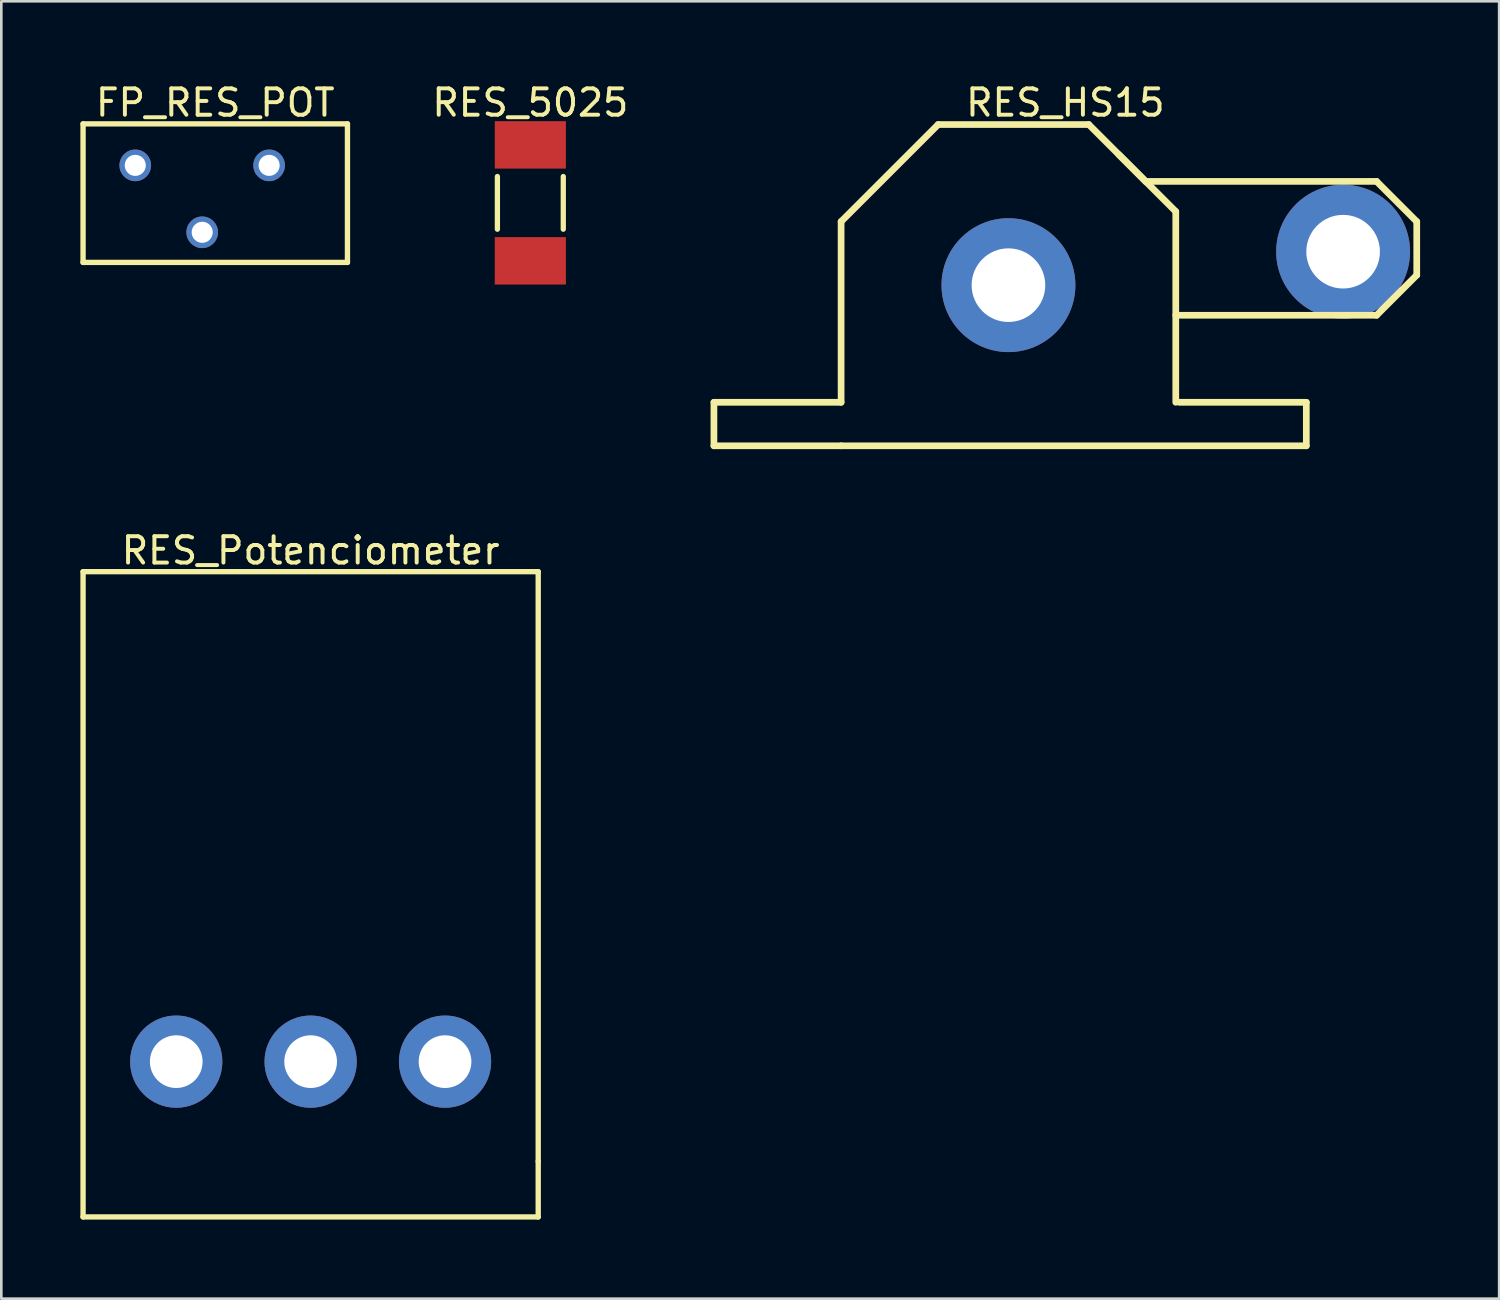
<source format=kicad_pcb>
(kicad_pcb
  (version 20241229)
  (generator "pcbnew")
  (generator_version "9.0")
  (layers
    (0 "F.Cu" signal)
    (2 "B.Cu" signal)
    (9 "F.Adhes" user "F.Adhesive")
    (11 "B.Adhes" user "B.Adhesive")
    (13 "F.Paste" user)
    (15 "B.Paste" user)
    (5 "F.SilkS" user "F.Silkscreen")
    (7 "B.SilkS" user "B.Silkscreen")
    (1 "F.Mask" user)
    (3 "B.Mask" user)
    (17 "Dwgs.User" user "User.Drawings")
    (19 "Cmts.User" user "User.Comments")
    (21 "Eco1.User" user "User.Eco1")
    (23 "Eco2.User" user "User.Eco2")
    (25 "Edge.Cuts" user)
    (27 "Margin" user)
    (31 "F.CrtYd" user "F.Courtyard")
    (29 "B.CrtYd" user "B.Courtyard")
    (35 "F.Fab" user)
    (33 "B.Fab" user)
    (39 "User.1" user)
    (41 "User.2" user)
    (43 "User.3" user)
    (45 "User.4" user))
  (footprint "FP_RES_POT"
    (layer "F.Cu")
    (at 4.623 4.495)
    (property "Reference" "FP_RES_POT" (at 0.495 -3.646 0) (layer "F.SilkS") (effects (font (size 1 1) (thickness 0.15))))
    (fp_line (start -4.521 -2.845) (end 5.512 -2.845) (stroke (width 0.203) (type solid)) (layer "F.SilkS"))
    (fp_line (start -4.521 2.413) (end -4.521 -2.845) (stroke (width 0.203) (type solid)) (layer "F.SilkS"))
    (fp_line (start -4.521 2.413) (end 5.512 2.413) (stroke (width 0.203) (type solid)) (layer "F.SilkS"))
    (fp_line (start 5.512 2.413) (end 5.512 -2.845) (stroke (width 0.203) (type solid)) (layer "F.SilkS"))
    (pad "1" thru_hole circle (at -2.54 -1.27) (size 1.2 1.2) (drill 0.8) (layers "*.Cu" "*.Mask"))
    (pad "2" thru_hole circle (at 0 1.27) (size 1.2 1.2) (drill 0.8) (layers "*.Cu" "*.Mask"))
    (pad "3" thru_hole circle (at 2.54 -1.27) (size 1.2 1.2) (drill 0.8) (layers "*.Cu" "*.Mask")))
  (footprint "RES_HS15"
    (layer "F.Cu")
    (at 35.218 7.771)
    (property "Reference" "RES_HS15" (at 2.159 -6.923 0) (layer "F.SilkS") (effects (font (size 1 1) (thickness 0.15))))
    (fp_line (start -11.176 4.445) (end -6.35 4.445) (stroke (width 0.254) (type solid)) (layer "F.SilkS"))
    (fp_line (start -11.176 6.096) (end -11.176 4.445) (stroke (width 0.254) (type solid)) (layer "F.SilkS"))
    (fp_line (start -11.176 6.096) (end -6.35 6.096) (stroke (width 0.254) (type solid)) (layer "F.SilkS"))
    (fp_line (start -6.35 -2.413) (end -2.667 -6.096) (stroke (width 0.254) (type solid)) (layer "F.SilkS"))
    (fp_line (start -6.35 4.445) (end -6.35 -2.413) (stroke (width 0.254) (type solid)) (layer "F.SilkS"))
    (fp_line (start -6.35 6.096) (end 11.303 6.096) (stroke (width 0.254) (type solid)) (layer "F.SilkS"))
    (fp_line (start -2.667 -6.096) (end 3.048 -6.096) (stroke (width 0.254) (type solid)) (layer "F.SilkS"))
    (fp_line (start 3.048 -6.096) (end 5.207 -3.937) (stroke (width 0.254) (type solid)) (layer "F.SilkS"))
    (fp_line (start 4.191 -4.953) (end 6.35 -2.794) (stroke (width 0.254) (type solid)) (layer "F.SilkS"))
    (fp_line (start 5.207 -3.937) (end 13.97 -3.937) (stroke (width 0.254) (type solid)) (layer "F.SilkS"))
    (fp_line (start 6.35 1.143) (end 13.97 1.143) (stroke (width 0.254) (type solid)) (layer "F.SilkS"))
    (fp_line (start 6.35 4.445) (end 6.35 -2.794) (stroke (width 0.254) (type solid)) (layer "F.SilkS"))
    (fp_line (start 6.477 4.445) (end 11.303 4.445) (stroke (width 0.254) (type solid)) (layer "F.SilkS"))
    (fp_line (start 11.303 6.096) (end 11.303 4.445) (stroke (width 0.254) (type solid)) (layer "F.SilkS"))
    (fp_line (start 13.97 -3.937) (end 15.494 -2.413) (stroke (width 0.254) (type solid)) (layer "F.SilkS"))
    (fp_line (start 13.97 1.143) (end 15.494 -0.381) (stroke (width 0.254) (type solid)) (layer "F.SilkS"))
    (fp_line (start 15.494 -0.381) (end 15.494 -2.413) (stroke (width 0.254) (type solid)) (layer "F.SilkS"))
    (pad "1" thru_hole circle (at 0 0) (size 5.08 5.08) (drill 2.794) (layers "*.Cu" "*.Mask"))
    (pad "2" thru_hole circle (at 12.7 -1.27) (size 5.08 5.08) (drill 2.794) (layers "*.Cu" "*.Mask")))
  (footprint "RES_5025"
    (layer "F.Cu")
    (at 17.05 4.648)
    (property "Reference" "RES_5025" (at 0.025 -3.8 0) (layer "F.SilkS") (effects (font (size 1 1) (thickness 0.15))))
    (fp_line (start -1.225 1) (end -1.225 -1) (stroke (width 0.2) (type solid)) (layer "F.SilkS"))
    (fp_line (start 1.275 -1) (end 1.275 1) (stroke (width 0.2) (type solid)) (layer "F.SilkS"))
    (pad "1" smd rect (at 0.025 2.2 180) (size 2.7 1.8) (layers "F.Cu" "F.Mask" "F.Paste"))
    (pad "2" smd rect (at 0.025 -2.2 180) (size 2.7 1.8) (layers "F.Cu" "F.Mask" "F.Paste")))
  (footprint "RES_Potenciometer"
    (layer "F.Cu")
    (at 8.738 37.237)
    (property "Reference" "RES_Potenciometer" (at 0 -19.394 0) (layer "F.SilkS") (effects (font (size 1 1) (thickness 0.15))))
    (fp_line (start -8.636 -18.593) (end 8.636 -18.593) (stroke (width 0.203) (type solid)) (layer "F.SilkS"))
    (fp_line (start -8.636 5.893) (end -8.636 -18.593) (stroke (width 0.203) (type solid)) (layer "F.SilkS"))
    (fp_line (start -8.636 5.893) (end 8.636 5.893) (stroke (width 0.203) (type solid)) (layer "F.SilkS"))
    (fp_line (start 8.636 3.785) (end 8.636 -18.593) (stroke (width 0.203) (type solid)) (layer "F.SilkS"))
    (fp_line (start 8.636 5.893) (end 8.636 3.785) (stroke (width 0.203) (type solid)) (layer "F.SilkS"))
    (pad "1" thru_hole circle (at -5.1 0) (size 3.5 3.5) (drill 2) (layers "*.Cu" "*.Mask"))
    (pad "2" thru_hole circle (at 0 0) (size 3.5 3.5) (drill 2) (layers "*.Cu" "*.Mask"))
    (pad "3" thru_hole circle (at 5.1 0) (size 3.5 3.5) (drill 2) (layers "*.Cu" "*.Mask")))
  (gr_rect
    (start -3 -3)
    (end 53.839 46.231)
    (stroke (width 0.1) (type default))
    (fill no)
    (layer "Edge.Cuts")))
</source>
